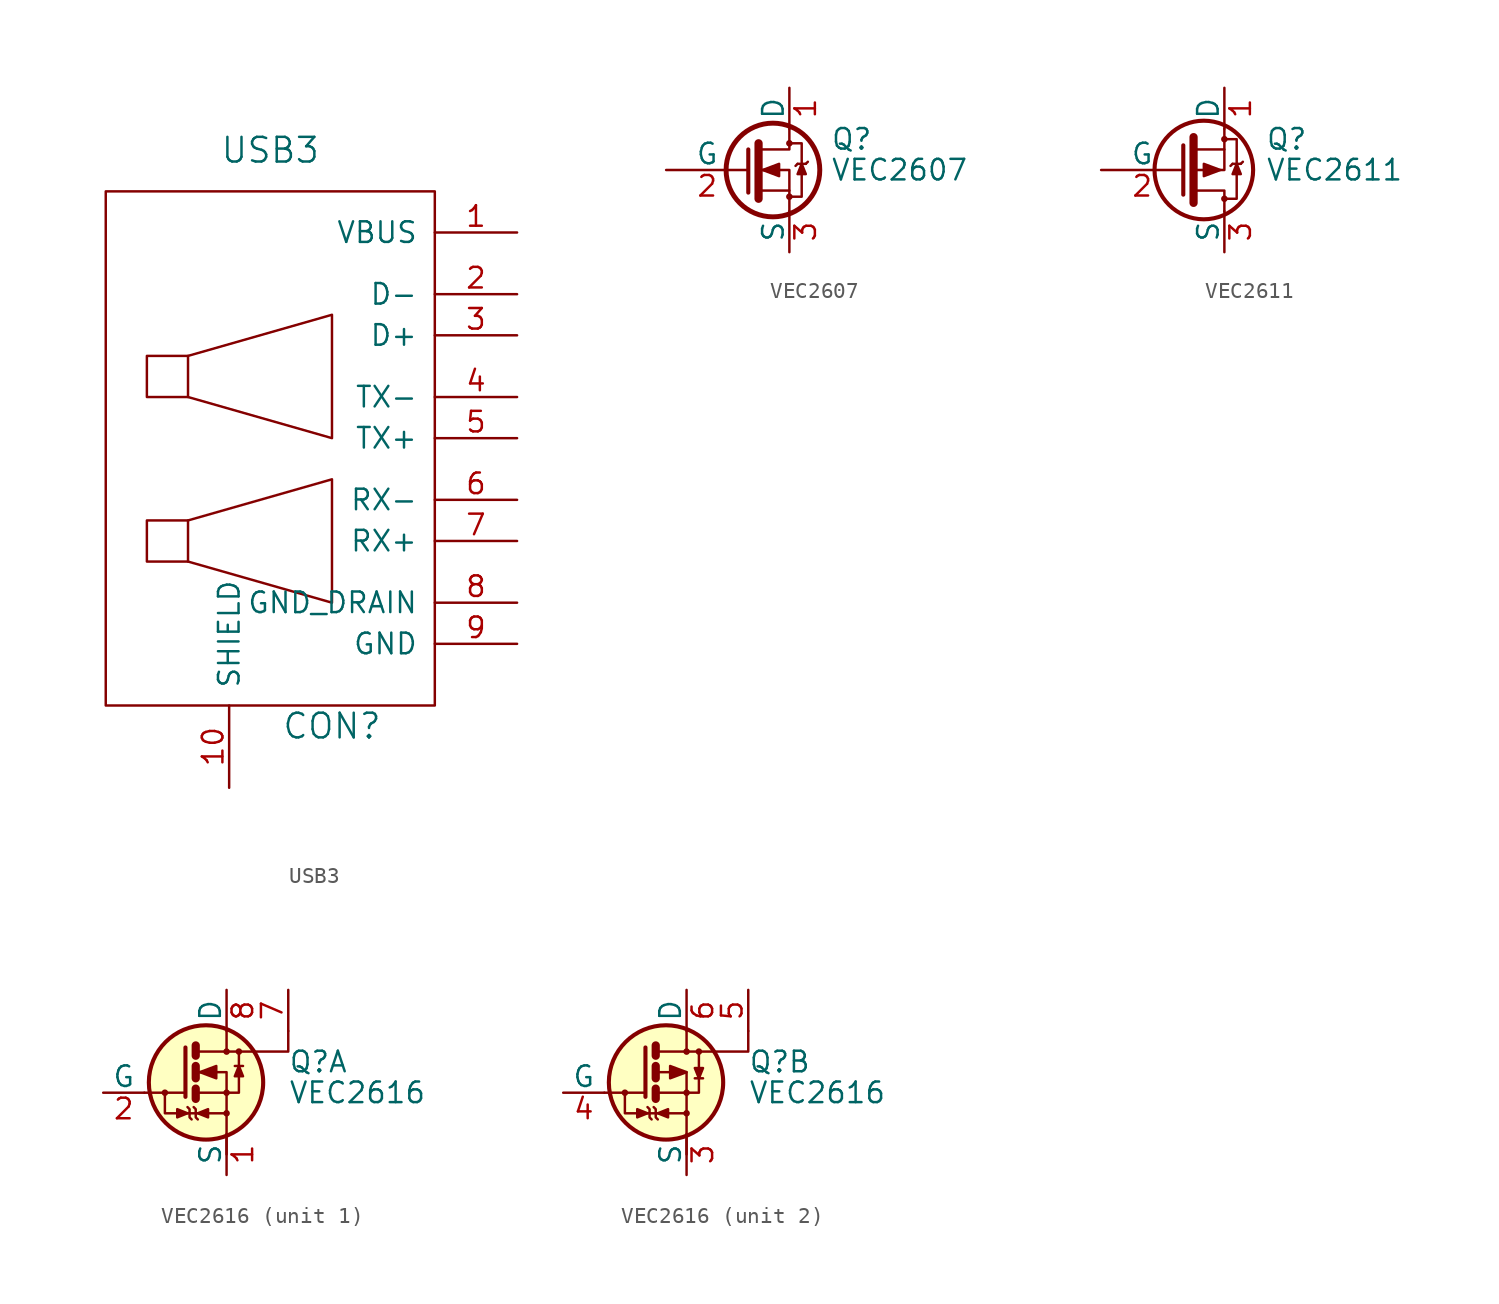
<source format=kicad_sym>
(kicad_symbol_lib
  (version 20231120)
  (generator "kicad_symbol_editor")
  (generator_version "8.0")
  (symbol "USB3"
    (pin_names
      (offset 1.016))
    (property "Reference" "CON"
      (at 3.81 -16.51 0)
      (effects (font (size 1.524 1.524))))
    (property "Value" "USB3"
      (at 0 19.05 0)
      (effects (font (size 1.524 1.524))))
    (property "Footprint" ""
      (at 3.81 3.81 0)
      (effects (font (size 1.524 1.524))))
    (property "Datasheet" ""
      (at 3.81 3.81 0)
      (effects (font (size 1.524 1.524))))
    (symbol "USB3_0_1"
      (rectangle (start -10.16 16.51) (end 10.16 -15.24) (stroke (width 0) (type default)) (fill (type none)))
      (rectangle (start -7.62 -3.81) (end -5.08 -6.35) (stroke (width 0) (type default)) (fill (type none)))
      (rectangle (start -7.62 6.35) (end -5.08 3.81) (stroke (width 0) (type default)) (fill (type none)))
      (polyline (pts (xy -5.08 -3.81) (xy 3.81 -1.27) (xy 3.81 -8.89) (xy -5.08 -6.35)) (stroke (width 0) (type default)) (fill (type none)))
      (polyline (pts (xy -5.08 6.35) (xy 3.81 8.89) (xy 3.81 1.27) (xy -5.08 3.81)) (stroke (width 0) (type default)) (fill (type none))))
    (symbol "USB3_1_1"
      (pin power_in line (at 15.24 13.97 180) (length 5.08) (name "VBUS" (effects (font (size 1.27 1.27)))) (number "1" (effects (font (size 1.27 1.27)))))
      (pin power_in line (at -2.54 -20.32 90) (length 5.08) (name "SHIELD" (effects (font (size 1.27 1.27)))) (number "10" (effects (font (size 1.27 1.27)))))
      (pin bidirectional line (at 15.24 10.16 180) (length 5.08) (name "D-" (effects (font (size 1.27 1.27)))) (number "2" (effects (font (size 1.27 1.27)))))
      (pin bidirectional line (at 15.24 7.62 180) (length 5.08) (name "D+" (effects (font (size 1.27 1.27)))) (number "3" (effects (font (size 1.27 1.27)))))
      (pin bidirectional line (at 15.24 3.81 180) (length 5.08) (name "TX-" (effects (font (size 1.27 1.27)))) (number "4" (effects (font (size 1.27 1.27)))))
      (pin bidirectional line (at 15.24 1.27 180) (length 5.08) (name "TX+" (effects (font (size 1.27 1.27)))) (number "5" (effects (font (size 1.27 1.27)))))
      (pin bidirectional line (at 15.24 -2.54 180) (length 5.08) (name "RX-" (effects (font (size 1.27 1.27)))) (number "6" (effects (font (size 1.27 1.27)))))
      (pin bidirectional line (at 15.24 -5.08 180) (length 5.08) (name "RX+" (effects (font (size 1.27 1.27)))) (number "7" (effects (font (size 1.27 1.27)))))
      (pin power_in line (at 15.24 -8.89 180) (length 5.08) (name "GND_DRAIN" (effects (font (size 1.27 1.27)))) (number "8" (effects (font (size 1.27 1.27)))))
      (pin power_in line (at 15.24 -11.43 180) (length 5.08) (name "GND" (effects (font (size 1.27 1.27)))) (number "9" (effects (font (size 1.27 1.27)))))))
  (symbol "VEC2607"
    (pin_names
      (offset 0))
    (property "Reference" "Q"
      (at 3.81 1.905 0)
      (effects (font (size 1.27 1.27)) (justify left)))
    (property "Value" "VEC2607"
      (at 3.81 0 0)
      (effects (font (size 1.27 1.27)) (justify left)))
    (property "Datasheet" ""
      (at -1.27 0 0)
      (effects (font (size 1.27 1.27)) (justify left)))
    (symbol "VEC2607_0_1"
      (polyline (pts (xy -1.27 1.27) (xy -1.27 -1.397)) (stroke (width 0.254) (type default)) (fill (type none)))
      (polyline (pts (xy -0.635 1.651) (xy -0.635 -1.778)) (stroke (width 0.508) (type default)) (fill (type none)))
      (polyline (pts (xy 1.778 0.381) (xy 1.651 0.254)) (stroke (width 0) (type default)) (fill (type none)))
      (polyline (pts (xy 1.778 0.381) (xy 2.286 0.381)) (stroke (width 0) (type default)) (fill (type none)))
      (polyline (pts (xy 2.286 0.381) (xy 2.413 0.508)) (stroke (width 0) (type default)) (fill (type none)))
      (polyline (pts (xy -0.508 1.27) (xy 1.27 1.27) (xy 1.27 2.54) (xy 1.27 2.54)) (stroke (width 0) (type default)) (fill (type none)))
      (polyline (pts (xy 1.27 1.651) (xy 2.032 1.651) (xy 2.032 -1.651) (xy 1.397 -1.651)) (stroke (width 0) (type default)) (fill (type none)))
      (polyline (pts (xy 2.032 0.381) (xy 1.778 -0.254) (xy 2.286 -0.254) (xy 2.032 0.381)) (stroke (width 0) (type default)) (fill (type outline)))
      (polyline (pts (xy -0.508 -1.27) (xy 1.27 -1.27) (xy 1.27 -1.778) (xy 1.27 -2.54) (xy 1.27 -2.54)) (stroke (width 0) (type default)) (fill (type none)))
      (polyline (pts (xy -0.508 0) (xy 0 0) (xy 1.27 0) (xy 1.27 -1.27) (xy 1.27 -1.27)) (stroke (width 0) (type default)) (fill (type none)))
      (polyline (pts (xy -0.381 0) (xy 0.635 0.381) (xy 0.635 -0.381) (xy -0.381 0) (xy -0.254 0) (xy -0.254 0)) (stroke (width 0) (type default)) (fill (type outline)))
      (circle (center 0.254 0) (radius 2.896) (stroke (width 0.305) (type default)) (fill (type none)))
      (circle (center 1.27 -1.651) (radius 0.127) (stroke (width 0) (type default)) (fill (type none)))
      (circle (center 1.27 1.651) (radius 0.127) (stroke (width 0) (type default)) (fill (type none))))
    (symbol "VEC2607_1_1"
      (pin passive line (at 1.27 5.08 270) (length 2.54) (name "D" (effects (font (size 1.27 1.27)))) (number "1" (effects (font (size 1.27 1.27)))))
      (pin input line (at -6.35 0 0) (length 5.08) (name "G" (effects (font (size 1.27 1.27)))) (number "2" (effects (font (size 1.27 1.27)))))
      (pin passive line (at 1.27 -5.08 90) (length 2.54) (name "S" (effects (font (size 1.27 1.27)))) (number "3" (effects (font (size 1.27 1.27)))))))
  (symbol "VEC2611"
    (pin_names
      (offset 0))
    (property "Reference" "Q"
      (at 3.81 1.905 0)
      (effects (font (size 1.27 1.27)) (justify left)))
    (property "Value" "VEC2611"
      (at 3.81 0 0)
      (effects (font (size 1.27 1.27)) (justify left)))
    (property "Datasheet" ""
      (at -1.27 0 0)
      (effects (font (size 1.27 1.27)) (justify left)))
    (symbol "VEC2611_0_1"
      (polyline (pts (xy -0.635 2.032) (xy -0.635 -2.032)) (stroke (width 0.508) (type default)) (fill (type none)))
      (polyline (pts (xy 1.778 0.381) (xy 1.651 0.254)) (stroke (width 0) (type default)) (fill (type none)))
      (polyline (pts (xy 1.778 0.381) (xy 2.286 0.381)) (stroke (width 0) (type default)) (fill (type none)))
      (polyline (pts (xy 2.286 0.381) (xy 2.413 0.508)) (stroke (width 0) (type default)) (fill (type none)))
      (polyline (pts (xy -1.27 1.524) (xy -1.27 0) (xy -1.27 -1.524) (xy -1.27 -1.524)) (stroke (width 0.254) (type default)) (fill (type none)))
      (polyline (pts (xy -0.508 -1.27) (xy 1.27 -1.27) (xy 1.27 -2.54) (xy 1.27 -2.54)) (stroke (width 0) (type default)) (fill (type none)))
      (polyline (pts (xy -0.508 0) (xy 1.27 0) (xy 1.27 1.143) (xy 1.27 1.27)) (stroke (width 0) (type default)) (fill (type none)))
      (polyline (pts (xy -0.508 1.27) (xy 1.27 1.27) (xy 1.27 2.54) (xy 1.27 2.54)) (stroke (width 0) (type default)) (fill (type none)))
      (polyline (pts (xy 1.27 1.905) (xy 2.032 1.905) (xy 2.032 -1.778) (xy 1.27 -1.778)) (stroke (width 0.152) (type default)) (fill (type none)))
      (polyline (pts (xy 2.032 0.381) (xy 1.778 -0.254) (xy 2.286 -0.254) (xy 2.032 0.381)) (stroke (width 0) (type default)) (fill (type outline)))
      (polyline (pts (xy 1.016 0) (xy 0 0.381) (xy 0 -0.381) (xy 1.016 0) (xy 0.889 0) (xy 0.889 0)) (stroke (width 0) (type default)) (fill (type outline)))
      (circle (center 0 0) (radius 3.048) (stroke (width 0.254) (type default)) (fill (type none)))
      (circle (center 1.27 -1.778) (radius 0.127) (stroke (width 0) (type default)) (fill (type none)))
      (circle (center 1.27 1.905) (radius 0.127) (stroke (width 0) (type default)) (fill (type none))))
    (symbol "VEC2611_1_1"
      (pin passive line (at 1.27 5.08 270) (length 2.54) (name "D" (effects (font (size 1.27 1.27)))) (number "1" (effects (font (size 1.27 1.27)))))
      (pin input line (at -6.35 0 0) (length 5.08) (name "G" (effects (font (size 1.27 1.27)))) (number "2" (effects (font (size 1.27 1.27)))))
      (pin passive line (at 1.27 -5.08 90) (length 2.54) (name "S" (effects (font (size 1.27 1.27)))) (number "3" (effects (font (size 1.27 1.27)))))))
  (symbol "VEC2616"
    (pin_names
      (offset 0))
    (property "Reference" "Q"
      (at 6.35 0.635 0)
      (effects (font (size 1.27 1.27)) (justify left)))
    (property "Value" "VEC2616"
      (at 6.35 -1.27 0)
      (effects (font (size 1.27 1.27)) (justify left)))
    (property "Footprint" ""
      (at 6.35 -3.175 0)
      (effects (font (size 1.27 1.27)) (justify left)))
    (property "Datasheet" ""
      (at 0 -1.27 0)
      (effects (font (size 1.27 1.27)) (justify left)))
    (property "ki_locked" ""
      (at 0 0 0)
      (effects (font (size 1.27 1.27))))
    (symbol "VEC2616_0_1"
      (circle (center -1.27 -1.27) (radius 0.127) (stroke (width 0) (type default)) (fill (type none)))
      (polyline (pts (xy -2.54 -1.27) (xy 0 -1.27)) (stroke (width 0) (type default)) (fill (type none)))
      (polyline (pts (xy 0.635 -1.016) (xy 0.635 -1.651)) (stroke (width 0.508) (type default)) (fill (type none)))
      (polyline (pts (xy 0.635 0.381) (xy 0.635 -0.381)) (stroke (width 0.508) (type default)) (fill (type none)))
      (polyline (pts (xy 0.635 1.651) (xy 0.635 1.016)) (stroke (width 0.508) (type default)) (fill (type none)))
      (polyline (pts (xy -1.27 -1.27) (xy -1.27 -2.54) (xy 2.54 -2.54)) (stroke (width 0) (type default)) (fill (type none)))
      (polyline (pts (xy 0 1.524) (xy 0 -1.524) (xy 0 -1.524)) (stroke (width 0.254) (type default)) (fill (type none)))
      (polyline (pts (xy 0.762 -1.27) (xy 2.54 -1.27) (xy 2.54 -5.08)) (stroke (width 0) (type default)) (fill (type none)))
      (polyline (pts (xy 3.302 1.27) (xy 6.35 1.27) (xy 6.35 2.54)) (stroke (width 0) (type default)) (fill (type none)))
      (polyline (pts (xy 0.127 -2.54) (xy -0.508 -2.794) (xy -0.508 -2.286) (xy 0.127 -2.54)) (stroke (width 0) (type default)) (fill (type outline)))
      (polyline (pts (xy 0.127 -2.159) (xy 0.254 -2.286) (xy 0.254 -2.794) (xy 0.381 -2.921)) (stroke (width 0) (type default)) (fill (type none)))
      (polyline (pts (xy 0.508 -2.159) (xy 0.635 -2.286) (xy 0.635 -2.794) (xy 0.762 -2.921)) (stroke (width 0) (type default)) (fill (type none)))
      (polyline (pts (xy 0.762 -2.54) (xy 1.397 -2.794) (xy 1.397 -2.286) (xy 0.762 -2.54)) (stroke (width 0) (type default)) (fill (type outline)))
      (polyline (pts (xy 0.762 1.27) (xy 2.54 1.27) (xy 2.54 2.54) (xy 2.54 2.54)) (stroke (width 0) (type default)) (fill (type none)))
      (polyline (pts (xy 2.54 1.27) (xy 3.302 1.27) (xy 3.302 -1.27) (xy 2.54 -1.27)) (stroke (width 0) (type default)) (fill (type none)))
      (polyline (pts (xy 0.762 0) (xy 1.27 0) (xy 2.54 0) (xy 2.54 -1.27) (xy 2.54 -1.27)) (stroke (width 0) (type default)) (fill (type none)))
      (circle (center 1.27 -0.635) (radius 3.531) (stroke (width 0.254) (type default)) (fill (type background)))
      (circle (center 2.54 -2.54) (radius 0.127) (stroke (width 0) (type default)) (fill (type none)))
      (circle (center 2.54 -1.27) (radius 0.127) (stroke (width 0) (type default)) (fill (type none)))
      (circle (center 2.54 1.27) (radius 0.127) (stroke (width 0) (type default)) (fill (type none)))
      (circle (center 3.302 1.27) (radius 0.127) (stroke (width 0) (type default)) (fill (type none))))
    (symbol "VEC2616_1_1"
      (polyline (pts (xy 3.048 0.381) (xy 3.556 0.381)) (stroke (width 0) (type default)) (fill (type none)))
      (polyline (pts (xy 3.302 0.381) (xy 3.048 -0.254) (xy 3.556 -0.254) (xy 3.302 0.381)) (stroke (width 0) (type default)) (fill (type outline)))
      (polyline (pts (xy 0.889 0) (xy 1.905 0.381) (xy 1.905 -0.381) (xy 0.889 0) (xy 1.016 0) (xy 1.016 0)) (stroke (width 0) (type default)) (fill (type outline)))
      (pin passive line (at 2.54 -6.35 90) (length 2.54) (name "S" (effects (font (size 1.27 1.27)))) (number "1" (effects (font (size 1.27 1.27)))))
      (pin input line (at -5.08 -1.27 0) (length 2.54) (name "G" (effects (font (size 1.27 1.27)))) (number "2" (effects (font (size 1.27 1.27)))))
      (pin passive line (at 6.35 5.08 270) (length 2.54) (name "~" (effects (font (size 1.27 1.27)))) (number "7" (effects (font (size 1.27 1.27)))))
      (pin passive line (at 2.54 5.08 270) (length 2.54) (name "D" (effects (font (size 1.27 1.27)))) (number "8" (effects (font (size 1.27 1.27))))))
    (symbol "VEC2616_2_1"
      (polyline (pts (xy 3.048 -0.381) (xy 3.556 -0.381)) (stroke (width 0) (type default)) (fill (type none)))
      (polyline (pts (xy 2.54 0) (xy 1.524 0.381) (xy 1.524 -0.381) (xy 2.54 0)) (stroke (width 0) (type default)) (fill (type outline)))
      (polyline (pts (xy 3.302 -0.381) (xy 3.048 0.254) (xy 3.556 0.254) (xy 3.302 -0.381)) (stroke (width 0) (type default)) (fill (type outline)))
      (pin passive line (at 2.54 -6.35 90) (length 2.54) (name "S" (effects (font (size 1.27 1.27)))) (number "3" (effects (font (size 1.27 1.27)))))
      (pin input line (at -5.08 -1.27 0) (length 2.54) (name "G" (effects (font (size 1.27 1.27)))) (number "4" (effects (font (size 1.27 1.27)))))
      (pin passive line (at 6.35 5.08 270) (length 2.54) (name "~" (effects (font (size 0.737 0.737)))) (number "5" (effects (font (size 1.27 1.27)))))
      (pin passive line (at 2.54 5.08 270) (length 2.54) (name "D" (effects (font (size 1.27 1.27)))) (number "6" (effects (font (size 1.27 1.27))))))))
</source>
